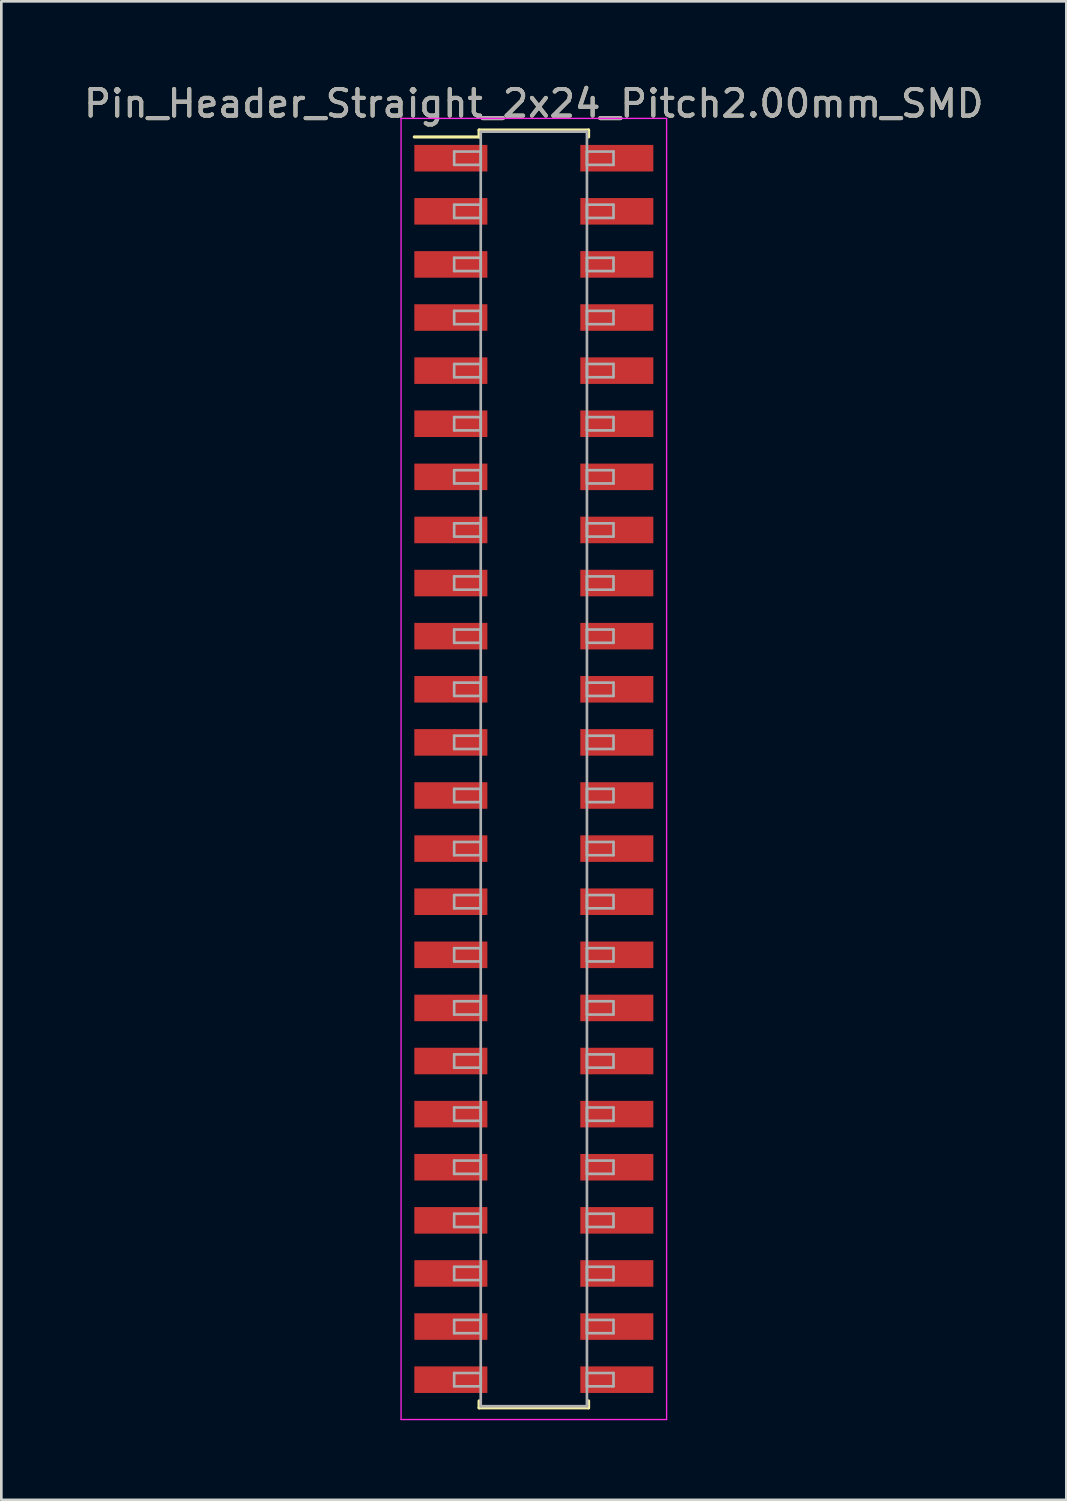
<source format=kicad_pcb>
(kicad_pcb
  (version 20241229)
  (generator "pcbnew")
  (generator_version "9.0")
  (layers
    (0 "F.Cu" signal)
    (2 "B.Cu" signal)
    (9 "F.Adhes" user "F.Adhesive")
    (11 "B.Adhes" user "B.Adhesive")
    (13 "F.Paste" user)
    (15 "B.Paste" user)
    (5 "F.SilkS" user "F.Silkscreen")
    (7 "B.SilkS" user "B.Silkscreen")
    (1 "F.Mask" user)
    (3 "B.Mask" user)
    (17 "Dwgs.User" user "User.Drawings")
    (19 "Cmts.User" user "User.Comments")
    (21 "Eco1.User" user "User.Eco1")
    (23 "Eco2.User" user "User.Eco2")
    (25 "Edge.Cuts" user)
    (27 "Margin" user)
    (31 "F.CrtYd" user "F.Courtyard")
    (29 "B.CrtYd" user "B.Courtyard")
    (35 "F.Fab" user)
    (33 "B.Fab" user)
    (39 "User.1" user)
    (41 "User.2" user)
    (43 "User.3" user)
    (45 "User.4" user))
  (footprint "Pin_Header_Straight_2x24_Pitch2.00mm_SMD"
    (layer "F.Cu")
    (at 17.054 25.908)
    (property "Reference" "Pin_Header_Straight_2x24_Pitch2.00mm_SMD" (at 0 -25.06 0) (layer "F.SilkS") (effects (font (size 1 1) (thickness 0.15))))
    (attr smd)
    (fp_line (start -4.5 -23.8) (end -2.06 -23.8) (stroke (width 0.12) (type solid)) (layer "F.SilkS"))
    (fp_line (start -2.06 -24.06) (end 2.06 -24.06) (stroke (width 0.12) (type solid)) (layer "F.SilkS"))
    (fp_line (start -2.06 -23.8) (end -2.06 -24.06) (stroke (width 0.12) (type solid)) (layer "F.SilkS"))
    (fp_line (start -2.06 23.8) (end -2.06 24.06) (stroke (width 0.12) (type solid)) (layer "F.SilkS"))
    (fp_line (start -2.06 24.06) (end 2.06 24.06) (stroke (width 0.12) (type solid)) (layer "F.SilkS"))
    (fp_line (start 2.06 -24.06) (end 2.06 -23.8) (stroke (width 0.12) (type solid)) (layer "F.SilkS"))
    (fp_line (start 2.06 24.06) (end 2.06 23.8) (stroke (width 0.12) (type solid)) (layer "F.SilkS"))
    (fp_line (start -5 -24.5) (end -5 24.5) (stroke (width 0.05) (type solid)) (layer "F.CrtYd"))
    (fp_line (start -5 24.5) (end 5 24.5) (stroke (width 0.05) (type solid)) (layer "F.CrtYd"))
    (fp_line (start 5 -24.5) (end -5 -24.5) (stroke (width 0.05) (type solid)) (layer "F.CrtYd"))
    (fp_line (start 5 24.5) (end 5 -24.5) (stroke (width 0.05) (type solid)) (layer "F.CrtYd"))
    (fp_line (start -3 -23.25) (end -2 -23.25) (stroke (width 0.1) (type solid)) (layer "F.Fab"))
    (fp_line (start -3 -22.75) (end -3 -23.25) (stroke (width 0.1) (type solid)) (layer "F.Fab"))
    (fp_line (start -3 -21.25) (end -2 -21.25) (stroke (width 0.1) (type solid)) (layer "F.Fab"))
    (fp_line (start -3 -20.75) (end -3 -21.25) (stroke (width 0.1) (type solid)) (layer "F.Fab"))
    (fp_line (start -3 -19.25) (end -2 -19.25) (stroke (width 0.1) (type solid)) (layer "F.Fab"))
    (fp_line (start -3 -18.75) (end -3 -19.25) (stroke (width 0.1) (type solid)) (layer "F.Fab"))
    (fp_line (start -3 -17.25) (end -2 -17.25) (stroke (width 0.1) (type solid)) (layer "F.Fab"))
    (fp_line (start -3 -16.75) (end -3 -17.25) (stroke (width 0.1) (type solid)) (layer "F.Fab"))
    (fp_line (start -3 -15.25) (end -2 -15.25) (stroke (width 0.1) (type solid)) (layer "F.Fab"))
    (fp_line (start -3 -14.75) (end -3 -15.25) (stroke (width 0.1) (type solid)) (layer "F.Fab"))
    (fp_line (start -3 -13.25) (end -2 -13.25) (stroke (width 0.1) (type solid)) (layer "F.Fab"))
    (fp_line (start -3 -12.75) (end -3 -13.25) (stroke (width 0.1) (type solid)) (layer "F.Fab"))
    (fp_line (start -3 -11.25) (end -2 -11.25) (stroke (width 0.1) (type solid)) (layer "F.Fab"))
    (fp_line (start -3 -10.75) (end -3 -11.25) (stroke (width 0.1) (type solid)) (layer "F.Fab"))
    (fp_line (start -3 -9.25) (end -2 -9.25) (stroke (width 0.1) (type solid)) (layer "F.Fab"))
    (fp_line (start -3 -8.75) (end -3 -9.25) (stroke (width 0.1) (type solid)) (layer "F.Fab"))
    (fp_line (start -3 -7.25) (end -2 -7.25) (stroke (width 0.1) (type solid)) (layer "F.Fab"))
    (fp_line (start -3 -6.75) (end -3 -7.25) (stroke (width 0.1) (type solid)) (layer "F.Fab"))
    (fp_line (start -3 -5.25) (end -2 -5.25) (stroke (width 0.1) (type solid)) (layer "F.Fab"))
    (fp_line (start -3 -4.75) (end -3 -5.25) (stroke (width 0.1) (type solid)) (layer "F.Fab"))
    (fp_line (start -3 -3.25) (end -2 -3.25) (stroke (width 0.1) (type solid)) (layer "F.Fab"))
    (fp_line (start -3 -2.75) (end -3 -3.25) (stroke (width 0.1) (type solid)) (layer "F.Fab"))
    (fp_line (start -3 -1.25) (end -2 -1.25) (stroke (width 0.1) (type solid)) (layer "F.Fab"))
    (fp_line (start -3 -0.75) (end -3 -1.25) (stroke (width 0.1) (type solid)) (layer "F.Fab"))
    (fp_line (start -3 0.75) (end -2 0.75) (stroke (width 0.1) (type solid)) (layer "F.Fab"))
    (fp_line (start -3 1.25) (end -3 0.75) (stroke (width 0.1) (type solid)) (layer "F.Fab"))
    (fp_line (start -3 2.75) (end -2 2.75) (stroke (width 0.1) (type solid)) (layer "F.Fab"))
    (fp_line (start -3 3.25) (end -3 2.75) (stroke (width 0.1) (type solid)) (layer "F.Fab"))
    (fp_line (start -3 4.75) (end -2 4.75) (stroke (width 0.1) (type solid)) (layer "F.Fab"))
    (fp_line (start -3 5.25) (end -3 4.75) (stroke (width 0.1) (type solid)) (layer "F.Fab"))
    (fp_line (start -3 6.75) (end -2 6.75) (stroke (width 0.1) (type solid)) (layer "F.Fab"))
    (fp_line (start -3 7.25) (end -3 6.75) (stroke (width 0.1) (type solid)) (layer "F.Fab"))
    (fp_line (start -3 8.75) (end -2 8.75) (stroke (width 0.1) (type solid)) (layer "F.Fab"))
    (fp_line (start -3 9.25) (end -3 8.75) (stroke (width 0.1) (type solid)) (layer "F.Fab"))
    (fp_line (start -3 10.75) (end -2 10.75) (stroke (width 0.1) (type solid)) (layer "F.Fab"))
    (fp_line (start -3 11.25) (end -3 10.75) (stroke (width 0.1) (type solid)) (layer "F.Fab"))
    (fp_line (start -3 12.75) (end -2 12.75) (stroke (width 0.1) (type solid)) (layer "F.Fab"))
    (fp_line (start -3 13.25) (end -3 12.75) (stroke (width 0.1) (type solid)) (layer "F.Fab"))
    (fp_line (start -3 14.75) (end -2 14.75) (stroke (width 0.1) (type solid)) (layer "F.Fab"))
    (fp_line (start -3 15.25) (end -3 14.75) (stroke (width 0.1) (type solid)) (layer "F.Fab"))
    (fp_line (start -3 16.75) (end -2 16.75) (stroke (width 0.1) (type solid)) (layer "F.Fab"))
    (fp_line (start -3 17.25) (end -3 16.75) (stroke (width 0.1) (type solid)) (layer "F.Fab"))
    (fp_line (start -3 18.75) (end -2 18.75) (stroke (width 0.1) (type solid)) (layer "F.Fab"))
    (fp_line (start -3 19.25) (end -3 18.75) (stroke (width 0.1) (type solid)) (layer "F.Fab"))
    (fp_line (start -3 20.75) (end -2 20.75) (stroke (width 0.1) (type solid)) (layer "F.Fab"))
    (fp_line (start -3 21.25) (end -3 20.75) (stroke (width 0.1) (type solid)) (layer "F.Fab"))
    (fp_line (start -3 22.75) (end -2 22.75) (stroke (width 0.1) (type solid)) (layer "F.Fab"))
    (fp_line (start -3 23.25) (end -3 22.75) (stroke (width 0.1) (type solid)) (layer "F.Fab"))
    (fp_line (start -2 -24) (end -2 24) (stroke (width 0.1) (type solid)) (layer "F.Fab"))
    (fp_line (start -2 -23.25) (end -2 -22.75) (stroke (width 0.1) (type solid)) (layer "F.Fab"))
    (fp_line (start -2 -22.75) (end -3 -22.75) (stroke (width 0.1) (type solid)) (layer "F.Fab"))
    (fp_line (start -2 -21.25) (end -2 -20.75) (stroke (width 0.1) (type solid)) (layer "F.Fab"))
    (fp_line (start -2 -20.75) (end -3 -20.75) (stroke (width 0.1) (type solid)) (layer "F.Fab"))
    (fp_line (start -2 -19.25) (end -2 -18.75) (stroke (width 0.1) (type solid)) (layer "F.Fab"))
    (fp_line (start -2 -18.75) (end -3 -18.75) (stroke (width 0.1) (type solid)) (layer "F.Fab"))
    (fp_line (start -2 -17.25) (end -2 -16.75) (stroke (width 0.1) (type solid)) (layer "F.Fab"))
    (fp_line (start -2 -16.75) (end -3 -16.75) (stroke (width 0.1) (type solid)) (layer "F.Fab"))
    (fp_line (start -2 -15.25) (end -2 -14.75) (stroke (width 0.1) (type solid)) (layer "F.Fab"))
    (fp_line (start -2 -14.75) (end -3 -14.75) (stroke (width 0.1) (type solid)) (layer "F.Fab"))
    (fp_line (start -2 -13.25) (end -2 -12.75) (stroke (width 0.1) (type solid)) (layer "F.Fab"))
    (fp_line (start -2 -12.75) (end -3 -12.75) (stroke (width 0.1) (type solid)) (layer "F.Fab"))
    (fp_line (start -2 -11.25) (end -2 -10.75) (stroke (width 0.1) (type solid)) (layer "F.Fab"))
    (fp_line (start -2 -10.75) (end -3 -10.75) (stroke (width 0.1) (type solid)) (layer "F.Fab"))
    (fp_line (start -2 -9.25) (end -2 -8.75) (stroke (width 0.1) (type solid)) (layer "F.Fab"))
    (fp_line (start -2 -8.75) (end -3 -8.75) (stroke (width 0.1) (type solid)) (layer "F.Fab"))
    (fp_line (start -2 -7.25) (end -2 -6.75) (stroke (width 0.1) (type solid)) (layer "F.Fab"))
    (fp_line (start -2 -6.75) (end -3 -6.75) (stroke (width 0.1) (type solid)) (layer "F.Fab"))
    (fp_line (start -2 -5.25) (end -2 -4.75) (stroke (width 0.1) (type solid)) (layer "F.Fab"))
    (fp_line (start -2 -4.75) (end -3 -4.75) (stroke (width 0.1) (type solid)) (layer "F.Fab"))
    (fp_line (start -2 -3.25) (end -2 -2.75) (stroke (width 0.1) (type solid)) (layer "F.Fab"))
    (fp_line (start -2 -2.75) (end -3 -2.75) (stroke (width 0.1) (type solid)) (layer "F.Fab"))
    (fp_line (start -2 -1.25) (end -2 -0.75) (stroke (width 0.1) (type solid)) (layer "F.Fab"))
    (fp_line (start -2 -0.75) (end -3 -0.75) (stroke (width 0.1) (type solid)) (layer "F.Fab"))
    (fp_line (start -2 0.75) (end -2 1.25) (stroke (width 0.1) (type solid)) (layer "F.Fab"))
    (fp_line (start -2 1.25) (end -3 1.25) (stroke (width 0.1) (type solid)) (layer "F.Fab"))
    (fp_line (start -2 2.75) (end -2 3.25) (stroke (width 0.1) (type solid)) (layer "F.Fab"))
    (fp_line (start -2 3.25) (end -3 3.25) (stroke (width 0.1) (type solid)) (layer "F.Fab"))
    (fp_line (start -2 4.75) (end -2 5.25) (stroke (width 0.1) (type solid)) (layer "F.Fab"))
    (fp_line (start -2 5.25) (end -3 5.25) (stroke (width 0.1) (type solid)) (layer "F.Fab"))
    (fp_line (start -2 6.75) (end -2 7.25) (stroke (width 0.1) (type solid)) (layer "F.Fab"))
    (fp_line (start -2 7.25) (end -3 7.25) (stroke (width 0.1) (type solid)) (layer "F.Fab"))
    (fp_line (start -2 8.75) (end -2 9.25) (stroke (width 0.1) (type solid)) (layer "F.Fab"))
    (fp_line (start -2 9.25) (end -3 9.25) (stroke (width 0.1) (type solid)) (layer "F.Fab"))
    (fp_line (start -2 10.75) (end -2 11.25) (stroke (width 0.1) (type solid)) (layer "F.Fab"))
    (fp_line (start -2 11.25) (end -3 11.25) (stroke (width 0.1) (type solid)) (layer "F.Fab"))
    (fp_line (start -2 12.75) (end -2 13.25) (stroke (width 0.1) (type solid)) (layer "F.Fab"))
    (fp_line (start -2 13.25) (end -3 13.25) (stroke (width 0.1) (type solid)) (layer "F.Fab"))
    (fp_line (start -2 14.75) (end -2 15.25) (stroke (width 0.1) (type solid)) (layer "F.Fab"))
    (fp_line (start -2 15.25) (end -3 15.25) (stroke (width 0.1) (type solid)) (layer "F.Fab"))
    (fp_line (start -2 16.75) (end -2 17.25) (stroke (width 0.1) (type solid)) (layer "F.Fab"))
    (fp_line (start -2 17.25) (end -3 17.25) (stroke (width 0.1) (type solid)) (layer "F.Fab"))
    (fp_line (start -2 18.75) (end -2 19.25) (stroke (width 0.1) (type solid)) (layer "F.Fab"))
    (fp_line (start -2 19.25) (end -3 19.25) (stroke (width 0.1) (type solid)) (layer "F.Fab"))
    (fp_line (start -2 20.75) (end -2 21.25) (stroke (width 0.1) (type solid)) (layer "F.Fab"))
    (fp_line (start -2 21.25) (end -3 21.25) (stroke (width 0.1) (type solid)) (layer "F.Fab"))
    (fp_line (start -2 22.75) (end -2 23.25) (stroke (width 0.1) (type solid)) (layer "F.Fab"))
    (fp_line (start -2 23.25) (end -3 23.25) (stroke (width 0.1) (type solid)) (layer "F.Fab"))
    (fp_line (start -2 24) (end 2 24) (stroke (width 0.1) (type solid)) (layer "F.Fab"))
    (fp_line (start 2 -24) (end -2 -24) (stroke (width 0.1) (type solid)) (layer "F.Fab"))
    (fp_line (start 2 -23.25) (end 2 -22.75) (stroke (width 0.1) (type solid)) (layer "F.Fab"))
    (fp_line (start 2 -22.75) (end 3 -22.75) (stroke (width 0.1) (type solid)) (layer "F.Fab"))
    (fp_line (start 2 -21.25) (end 2 -20.75) (stroke (width 0.1) (type solid)) (layer "F.Fab"))
    (fp_line (start 2 -20.75) (end 3 -20.75) (stroke (width 0.1) (type solid)) (layer "F.Fab"))
    (fp_line (start 2 -19.25) (end 2 -18.75) (stroke (width 0.1) (type solid)) (layer "F.Fab"))
    (fp_line (start 2 -18.75) (end 3 -18.75) (stroke (width 0.1) (type solid)) (layer "F.Fab"))
    (fp_line (start 2 -17.25) (end 2 -16.75) (stroke (width 0.1) (type solid)) (layer "F.Fab"))
    (fp_line (start 2 -16.75) (end 3 -16.75) (stroke (width 0.1) (type solid)) (layer "F.Fab"))
    (fp_line (start 2 -15.25) (end 2 -14.75) (stroke (width 0.1) (type solid)) (layer "F.Fab"))
    (fp_line (start 2 -14.75) (end 3 -14.75) (stroke (width 0.1) (type solid)) (layer "F.Fab"))
    (fp_line (start 2 -13.25) (end 2 -12.75) (stroke (width 0.1) (type solid)) (layer "F.Fab"))
    (fp_line (start 2 -12.75) (end 3 -12.75) (stroke (width 0.1) (type solid)) (layer "F.Fab"))
    (fp_line (start 2 -11.25) (end 2 -10.75) (stroke (width 0.1) (type solid)) (layer "F.Fab"))
    (fp_line (start 2 -10.75) (end 3 -10.75) (stroke (width 0.1) (type solid)) (layer "F.Fab"))
    (fp_line (start 2 -9.25) (end 2 -8.75) (stroke (width 0.1) (type solid)) (layer "F.Fab"))
    (fp_line (start 2 -8.75) (end 3 -8.75) (stroke (width 0.1) (type solid)) (layer "F.Fab"))
    (fp_line (start 2 -7.25) (end 2 -6.75) (stroke (width 0.1) (type solid)) (layer "F.Fab"))
    (fp_line (start 2 -6.75) (end 3 -6.75) (stroke (width 0.1) (type solid)) (layer "F.Fab"))
    (fp_line (start 2 -5.25) (end 2 -4.75) (stroke (width 0.1) (type solid)) (layer "F.Fab"))
    (fp_line (start 2 -4.75) (end 3 -4.75) (stroke (width 0.1) (type solid)) (layer "F.Fab"))
    (fp_line (start 2 -3.25) (end 2 -2.75) (stroke (width 0.1) (type solid)) (layer "F.Fab"))
    (fp_line (start 2 -2.75) (end 3 -2.75) (stroke (width 0.1) (type solid)) (layer "F.Fab"))
    (fp_line (start 2 -1.25) (end 2 -0.75) (stroke (width 0.1) (type solid)) (layer "F.Fab"))
    (fp_line (start 2 -0.75) (end 3 -0.75) (stroke (width 0.1) (type solid)) (layer "F.Fab"))
    (fp_line (start 2 0.75) (end 2 1.25) (stroke (width 0.1) (type solid)) (layer "F.Fab"))
    (fp_line (start 2 1.25) (end 3 1.25) (stroke (width 0.1) (type solid)) (layer "F.Fab"))
    (fp_line (start 2 2.75) (end 2 3.25) (stroke (width 0.1) (type solid)) (layer "F.Fab"))
    (fp_line (start 2 3.25) (end 3 3.25) (stroke (width 0.1) (type solid)) (layer "F.Fab"))
    (fp_line (start 2 4.75) (end 2 5.25) (stroke (width 0.1) (type solid)) (layer "F.Fab"))
    (fp_line (start 2 5.25) (end 3 5.25) (stroke (width 0.1) (type solid)) (layer "F.Fab"))
    (fp_line (start 2 6.75) (end 2 7.25) (stroke (width 0.1) (type solid)) (layer "F.Fab"))
    (fp_line (start 2 7.25) (end 3 7.25) (stroke (width 0.1) (type solid)) (layer "F.Fab"))
    (fp_line (start 2 8.75) (end 2 9.25) (stroke (width 0.1) (type solid)) (layer "F.Fab"))
    (fp_line (start 2 9.25) (end 3 9.25) (stroke (width 0.1) (type solid)) (layer "F.Fab"))
    (fp_line (start 2 10.75) (end 2 11.25) (stroke (width 0.1) (type solid)) (layer "F.Fab"))
    (fp_line (start 2 11.25) (end 3 11.25) (stroke (width 0.1) (type solid)) (layer "F.Fab"))
    (fp_line (start 2 12.75) (end 2 13.25) (stroke (width 0.1) (type solid)) (layer "F.Fab"))
    (fp_line (start 2 13.25) (end 3 13.25) (stroke (width 0.1) (type solid)) (layer "F.Fab"))
    (fp_line (start 2 14.75) (end 2 15.25) (stroke (width 0.1) (type solid)) (layer "F.Fab"))
    (fp_line (start 2 15.25) (end 3 15.25) (stroke (width 0.1) (type solid)) (layer "F.Fab"))
    (fp_line (start 2 16.75) (end 2 17.25) (stroke (width 0.1) (type solid)) (layer "F.Fab"))
    (fp_line (start 2 17.25) (end 3 17.25) (stroke (width 0.1) (type solid)) (layer "F.Fab"))
    (fp_line (start 2 18.75) (end 2 19.25) (stroke (width 0.1) (type solid)) (layer "F.Fab"))
    (fp_line (start 2 19.25) (end 3 19.25) (stroke (width 0.1) (type solid)) (layer "F.Fab"))
    (fp_line (start 2 20.75) (end 2 21.25) (stroke (width 0.1) (type solid)) (layer "F.Fab"))
    (fp_line (start 2 21.25) (end 3 21.25) (stroke (width 0.1) (type solid)) (layer "F.Fab"))
    (fp_line (start 2 22.75) (end 2 23.25) (stroke (width 0.1) (type solid)) (layer "F.Fab"))
    (fp_line (start 2 23.25) (end 3 23.25) (stroke (width 0.1) (type solid)) (layer "F.Fab"))
    (fp_line (start 2 24) (end 2 -24) (stroke (width 0.1) (type solid)) (layer "F.Fab"))
    (fp_line (start 3 -23.25) (end 2 -23.25) (stroke (width 0.1) (type solid)) (layer "F.Fab"))
    (fp_line (start 3 -22.75) (end 3 -23.25) (stroke (width 0.1) (type solid)) (layer "F.Fab"))
    (fp_line (start 3 -21.25) (end 2 -21.25) (stroke (width 0.1) (type solid)) (layer "F.Fab"))
    (fp_line (start 3 -20.75) (end 3 -21.25) (stroke (width 0.1) (type solid)) (layer "F.Fab"))
    (fp_line (start 3 -19.25) (end 2 -19.25) (stroke (width 0.1) (type solid)) (layer "F.Fab"))
    (fp_line (start 3 -18.75) (end 3 -19.25) (stroke (width 0.1) (type solid)) (layer "F.Fab"))
    (fp_line (start 3 -17.25) (end 2 -17.25) (stroke (width 0.1) (type solid)) (layer "F.Fab"))
    (fp_line (start 3 -16.75) (end 3 -17.25) (stroke (width 0.1) (type solid)) (layer "F.Fab"))
    (fp_line (start 3 -15.25) (end 2 -15.25) (stroke (width 0.1) (type solid)) (layer "F.Fab"))
    (fp_line (start 3 -14.75) (end 3 -15.25) (stroke (width 0.1) (type solid)) (layer "F.Fab"))
    (fp_line (start 3 -13.25) (end 2 -13.25) (stroke (width 0.1) (type solid)) (layer "F.Fab"))
    (fp_line (start 3 -12.75) (end 3 -13.25) (stroke (width 0.1) (type solid)) (layer "F.Fab"))
    (fp_line (start 3 -11.25) (end 2 -11.25) (stroke (width 0.1) (type solid)) (layer "F.Fab"))
    (fp_line (start 3 -10.75) (end 3 -11.25) (stroke (width 0.1) (type solid)) (layer "F.Fab"))
    (fp_line (start 3 -9.25) (end 2 -9.25) (stroke (width 0.1) (type solid)) (layer "F.Fab"))
    (fp_line (start 3 -8.75) (end 3 -9.25) (stroke (width 0.1) (type solid)) (layer "F.Fab"))
    (fp_line (start 3 -7.25) (end 2 -7.25) (stroke (width 0.1) (type solid)) (layer "F.Fab"))
    (fp_line (start 3 -6.75) (end 3 -7.25) (stroke (width 0.1) (type solid)) (layer "F.Fab"))
    (fp_line (start 3 -5.25) (end 2 -5.25) (stroke (width 0.1) (type solid)) (layer "F.Fab"))
    (fp_line (start 3 -4.75) (end 3 -5.25) (stroke (width 0.1) (type solid)) (layer "F.Fab"))
    (fp_line (start 3 -3.25) (end 2 -3.25) (stroke (width 0.1) (type solid)) (layer "F.Fab"))
    (fp_line (start 3 -2.75) (end 3 -3.25) (stroke (width 0.1) (type solid)) (layer "F.Fab"))
    (fp_line (start 3 -1.25) (end 2 -1.25) (stroke (width 0.1) (type solid)) (layer "F.Fab"))
    (fp_line (start 3 -0.75) (end 3 -1.25) (stroke (width 0.1) (type solid)) (layer "F.Fab"))
    (fp_line (start 3 0.75) (end 2 0.75) (stroke (width 0.1) (type solid)) (layer "F.Fab"))
    (fp_line (start 3 1.25) (end 3 0.75) (stroke (width 0.1) (type solid)) (layer "F.Fab"))
    (fp_line (start 3 2.75) (end 2 2.75) (stroke (width 0.1) (type solid)) (layer "F.Fab"))
    (fp_line (start 3 3.25) (end 3 2.75) (stroke (width 0.1) (type solid)) (layer "F.Fab"))
    (fp_line (start 3 4.75) (end 2 4.75) (stroke (width 0.1) (type solid)) (layer "F.Fab"))
    (fp_line (start 3 5.25) (end 3 4.75) (stroke (width 0.1) (type solid)) (layer "F.Fab"))
    (fp_line (start 3 6.75) (end 2 6.75) (stroke (width 0.1) (type solid)) (layer "F.Fab"))
    (fp_line (start 3 7.25) (end 3 6.75) (stroke (width 0.1) (type solid)) (layer "F.Fab"))
    (fp_line (start 3 8.75) (end 2 8.75) (stroke (width 0.1) (type solid)) (layer "F.Fab"))
    (fp_line (start 3 9.25) (end 3 8.75) (stroke (width 0.1) (type solid)) (layer "F.Fab"))
    (fp_line (start 3 10.75) (end 2 10.75) (stroke (width 0.1) (type solid)) (layer "F.Fab"))
    (fp_line (start 3 11.25) (end 3 10.75) (stroke (width 0.1) (type solid)) (layer "F.Fab"))
    (fp_line (start 3 12.75) (end 2 12.75) (stroke (width 0.1) (type solid)) (layer "F.Fab"))
    (fp_line (start 3 13.25) (end 3 12.75) (stroke (width 0.1) (type solid)) (layer "F.Fab"))
    (fp_line (start 3 14.75) (end 2 14.75) (stroke (width 0.1) (type solid)) (layer "F.Fab"))
    (fp_line (start 3 15.25) (end 3 14.75) (stroke (width 0.1) (type solid)) (layer "F.Fab"))
    (fp_line (start 3 16.75) (end 2 16.75) (stroke (width 0.1) (type solid)) (layer "F.Fab"))
    (fp_line (start 3 17.25) (end 3 16.75) (stroke (width 0.1) (type solid)) (layer "F.Fab"))
    (fp_line (start 3 18.75) (end 2 18.75) (stroke (width 0.1) (type solid)) (layer "F.Fab"))
    (fp_line (start 3 19.25) (end 3 18.75) (stroke (width 0.1) (type solid)) (layer "F.Fab"))
    (fp_line (start 3 20.75) (end 2 20.75) (stroke (width 0.1) (type solid)) (layer "F.Fab"))
    (fp_line (start 3 21.25) (end 3 20.75) (stroke (width 0.1) (type solid)) (layer "F.Fab"))
    (fp_line (start 3 22.75) (end 2 22.75) (stroke (width 0.1) (type solid)) (layer "F.Fab"))
    (fp_line (start 3 23.25) (end 3 22.75) (stroke (width 0.1) (type solid)) (layer "F.Fab"))
    (fp_text user "${REFERENCE}" (at 0 -25.06 0) (layer "F.Fab") (effects (font (size 1 1) (thickness 0.15))))
    (pad "1" smd rect (at -3.125 -23) (size 2.75 1) (layers "F.Cu" "F.Mask" "F.Paste"))
    (pad "2" smd rect (at 3.125 -23) (size 2.75 1) (layers "F.Cu" "F.Mask" "F.Paste"))
    (pad "3" smd rect (at -3.125 -21) (size 2.75 1) (layers "F.Cu" "F.Mask" "F.Paste"))
    (pad "4" smd rect (at 3.125 -21) (size 2.75 1) (layers "F.Cu" "F.Mask" "F.Paste"))
    (pad "5" smd rect (at -3.125 -19) (size 2.75 1) (layers "F.Cu" "F.Mask" "F.Paste"))
    (pad "6" smd rect (at 3.125 -19) (size 2.75 1) (layers "F.Cu" "F.Mask" "F.Paste"))
    (pad "7" smd rect (at -3.125 -17) (size 2.75 1) (layers "F.Cu" "F.Mask" "F.Paste"))
    (pad "8" smd rect (at 3.125 -17) (size 2.75 1) (layers "F.Cu" "F.Mask" "F.Paste"))
    (pad "9" smd rect (at -3.125 -15) (size 2.75 1) (layers "F.Cu" "F.Mask" "F.Paste"))
    (pad "10" smd rect (at 3.125 -15) (size 2.75 1) (layers "F.Cu" "F.Mask" "F.Paste"))
    (pad "11" smd rect (at -3.125 -13) (size 2.75 1) (layers "F.Cu" "F.Mask" "F.Paste"))
    (pad "12" smd rect (at 3.125 -13) (size 2.75 1) (layers "F.Cu" "F.Mask" "F.Paste"))
    (pad "13" smd rect (at -3.125 -11) (size 2.75 1) (layers "F.Cu" "F.Mask" "F.Paste"))
    (pad "14" smd rect (at 3.125 -11) (size 2.75 1) (layers "F.Cu" "F.Mask" "F.Paste"))
    (pad "15" smd rect (at -3.125 -9) (size 2.75 1) (layers "F.Cu" "F.Mask" "F.Paste"))
    (pad "16" smd rect (at 3.125 -9) (size 2.75 1) (layers "F.Cu" "F.Mask" "F.Paste"))
    (pad "17" smd rect (at -3.125 -7) (size 2.75 1) (layers "F.Cu" "F.Mask" "F.Paste"))
    (pad "18" smd rect (at 3.125 -7) (size 2.75 1) (layers "F.Cu" "F.Mask" "F.Paste"))
    (pad "19" smd rect (at -3.125 -5) (size 2.75 1) (layers "F.Cu" "F.Mask" "F.Paste"))
    (pad "20" smd rect (at 3.125 -5) (size 2.75 1) (layers "F.Cu" "F.Mask" "F.Paste"))
    (pad "21" smd rect (at -3.125 -3) (size 2.75 1) (layers "F.Cu" "F.Mask" "F.Paste"))
    (pad "22" smd rect (at 3.125 -3) (size 2.75 1) (layers "F.Cu" "F.Mask" "F.Paste"))
    (pad "23" smd rect (at -3.125 -1) (size 2.75 1) (layers "F.Cu" "F.Mask" "F.Paste"))
    (pad "24" smd rect (at 3.125 -1) (size 2.75 1) (layers "F.Cu" "F.Mask" "F.Paste"))
    (pad "25" smd rect (at -3.125 1) (size 2.75 1) (layers "F.Cu" "F.Mask" "F.Paste"))
    (pad "26" smd rect (at 3.125 1) (size 2.75 1) (layers "F.Cu" "F.Mask" "F.Paste"))
    (pad "27" smd rect (at -3.125 3) (size 2.75 1) (layers "F.Cu" "F.Mask" "F.Paste"))
    (pad "28" smd rect (at 3.125 3) (size 2.75 1) (layers "F.Cu" "F.Mask" "F.Paste"))
    (pad "29" smd rect (at -3.125 5) (size 2.75 1) (layers "F.Cu" "F.Mask" "F.Paste"))
    (pad "30" smd rect (at 3.125 5) (size 2.75 1) (layers "F.Cu" "F.Mask" "F.Paste"))
    (pad "31" smd rect (at -3.125 7) (size 2.75 1) (layers "F.Cu" "F.Mask" "F.Paste"))
    (pad "32" smd rect (at 3.125 7) (size 2.75 1) (layers "F.Cu" "F.Mask" "F.Paste"))
    (pad "33" smd rect (at -3.125 9) (size 2.75 1) (layers "F.Cu" "F.Mask" "F.Paste"))
    (pad "34" smd rect (at 3.125 9) (size 2.75 1) (layers "F.Cu" "F.Mask" "F.Paste"))
    (pad "35" smd rect (at -3.125 11) (size 2.75 1) (layers "F.Cu" "F.Mask" "F.Paste"))
    (pad "36" smd rect (at 3.125 11) (size 2.75 1) (layers "F.Cu" "F.Mask" "F.Paste"))
    (pad "37" smd rect (at -3.125 13) (size 2.75 1) (layers "F.Cu" "F.Mask" "F.Paste"))
    (pad "38" smd rect (at 3.125 13) (size 2.75 1) (layers "F.Cu" "F.Mask" "F.Paste"))
    (pad "39" smd rect (at -3.125 15) (size 2.75 1) (layers "F.Cu" "F.Mask" "F.Paste"))
    (pad "40" smd rect (at 3.125 15) (size 2.75 1) (layers "F.Cu" "F.Mask" "F.Paste"))
    (pad "41" smd rect (at -3.125 17) (size 2.75 1) (layers "F.Cu" "F.Mask" "F.Paste"))
    (pad "42" smd rect (at 3.125 17) (size 2.75 1) (layers "F.Cu" "F.Mask" "F.Paste"))
    (pad "43" smd rect (at -3.125 19) (size 2.75 1) (layers "F.Cu" "F.Mask" "F.Paste"))
    (pad "44" smd rect (at 3.125 19) (size 2.75 1) (layers "F.Cu" "F.Mask" "F.Paste"))
    (pad "45" smd rect (at -3.125 21) (size 2.75 1) (layers "F.Cu" "F.Mask" "F.Paste"))
    (pad "46" smd rect (at 3.125 21) (size 2.75 1) (layers "F.Cu" "F.Mask" "F.Paste"))
    (pad "47" smd rect (at -3.125 23) (size 2.75 1) (layers "F.Cu" "F.Mask" "F.Paste"))
    (pad "48" smd rect (at 3.125 23) (size 2.75 1) (layers "F.Cu" "F.Mask" "F.Paste")))
  (gr_rect
    (start -3 -3)
    (end 37.107 53.433)
    (stroke (width 0.1) (type default))
    (fill no)
    (layer "Edge.Cuts")))
</source>
